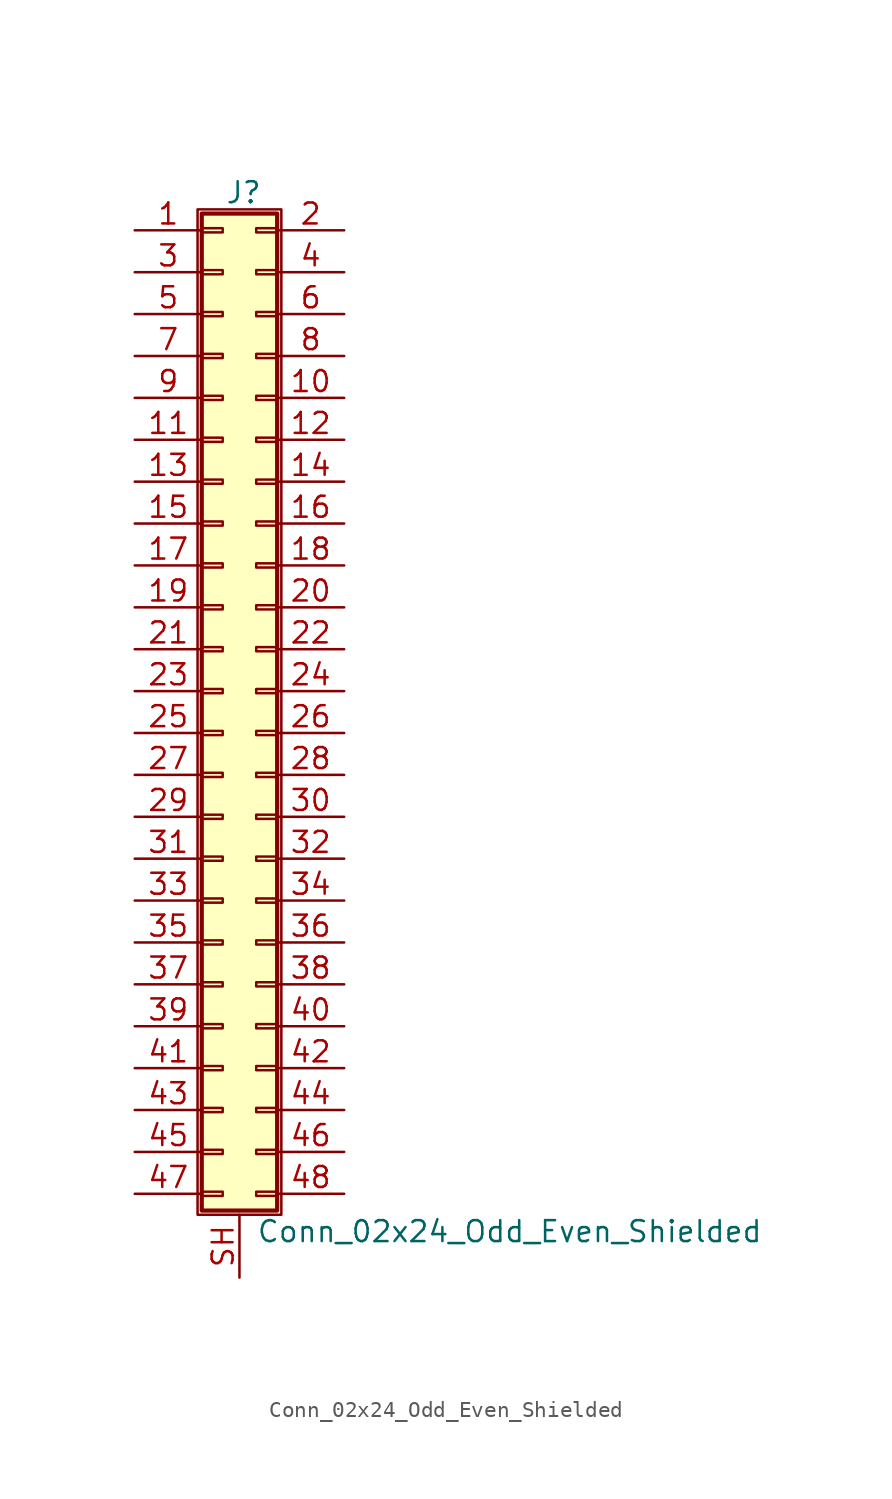
<source format=kicad_sym>
(kicad_symbol_lib
  (version 20201005)
  (generator kicad_symbol_editor)
  (symbol "Conn_02x24_Odd_Even_Shielded"
    (pin_names
      (offset 1.016) hide)
    (property "Reference" "J"
      (at 1.524 30.226 0)
      (effects (font (size 1.27 1.27))))
    (property "Value" "Conn_02x24_Odd_Even_Shielded"
      (at 2.286 -32.766 0)
      (effects (font (size 1.27 1.27)) (justify left)))
    (symbol "Conn_02x24_Odd_Even_Shielded_1_1"
      (rectangle (start -1.27 29.21) (end 3.81 -31.75) (stroke (width 0.152)) (fill (type none)))
      (rectangle (start -1.016 -30.353) (end 0.254 -30.607) (stroke (width 0.152)) (fill (type none)))
      (rectangle (start -1.016 -27.813) (end 0.254 -28.067) (stroke (width 0.152)) (fill (type none)))
      (rectangle (start -1.016 -25.273) (end 0.254 -25.527) (stroke (width 0.152)) (fill (type none)))
      (rectangle (start -1.016 -22.733) (end 0.254 -22.987) (stroke (width 0.152)) (fill (type none)))
      (rectangle (start -1.016 -20.193) (end 0.254 -20.447) (stroke (width 0.152)) (fill (type none)))
      (rectangle (start -1.016 -17.653) (end 0.254 -17.907) (stroke (width 0.152)) (fill (type none)))
      (rectangle (start -1.016 -15.113) (end 0.254 -15.367) (stroke (width 0.152)) (fill (type none)))
      (rectangle (start -1.016 -12.573) (end 0.254 -12.827) (stroke (width 0.152)) (fill (type none)))
      (rectangle (start -1.016 -10.033) (end 0.254 -10.287) (stroke (width 0.152)) (fill (type none)))
      (rectangle (start -1.016 -7.493) (end 0.254 -7.747) (stroke (width 0.152)) (fill (type none)))
      (rectangle (start -1.016 -4.953) (end 0.254 -5.207) (stroke (width 0.152)) (fill (type none)))
      (rectangle (start -1.016 -2.413) (end 0.254 -2.667) (stroke (width 0.152)) (fill (type none)))
      (rectangle (start -1.016 0.127) (end 0.254 -0.127) (stroke (width 0.152)) (fill (type none)))
      (rectangle (start -1.016 2.667) (end 0.254 2.413) (stroke (width 0.152)) (fill (type none)))
      (rectangle (start -1.016 5.207) (end 0.254 4.953) (stroke (width 0.152)) (fill (type none)))
      (rectangle (start -1.016 7.747) (end 0.254 7.493) (stroke (width 0.152)) (fill (type none)))
      (rectangle (start -1.016 10.287) (end 0.254 10.033) (stroke (width 0.152)) (fill (type none)))
      (rectangle (start -1.016 12.827) (end 0.254 12.573) (stroke (width 0.152)) (fill (type none)))
      (rectangle (start -1.016 15.367) (end 0.254 15.113) (stroke (width 0.152)) (fill (type none)))
      (rectangle (start -1.016 17.907) (end 0.254 17.653) (stroke (width 0.152)) (fill (type none)))
      (rectangle (start -1.016 20.447) (end 0.254 20.193) (stroke (width 0.152)) (fill (type none)))
      (rectangle (start -1.016 22.987) (end 0.254 22.733) (stroke (width 0.152)) (fill (type none)))
      (rectangle (start -1.016 25.527) (end 0.254 25.273) (stroke (width 0.152)) (fill (type none)))
      (rectangle (start -1.016 28.067) (end 0.254 27.813) (stroke (width 0.152)) (fill (type none)))
      (rectangle (start -1.016 28.956) (end 3.556 -31.496) (stroke (width 0.254)) (fill (type background)))
      (rectangle (start 3.556 -30.353) (end 2.286 -30.607) (stroke (width 0.152)) (fill (type none)))
      (rectangle (start 3.556 -27.813) (end 2.286 -28.067) (stroke (width 0.152)) (fill (type none)))
      (rectangle (start 3.556 -25.273) (end 2.286 -25.527) (stroke (width 0.152)) (fill (type none)))
      (rectangle (start 3.556 -22.733) (end 2.286 -22.987) (stroke (width 0.152)) (fill (type none)))
      (rectangle (start 3.556 -20.193) (end 2.286 -20.447) (stroke (width 0.152)) (fill (type none)))
      (rectangle (start 3.556 -17.653) (end 2.286 -17.907) (stroke (width 0.152)) (fill (type none)))
      (rectangle (start 3.556 -15.113) (end 2.286 -15.367) (stroke (width 0.152)) (fill (type none)))
      (rectangle (start 3.556 -12.573) (end 2.286 -12.827) (stroke (width 0.152)) (fill (type none)))
      (rectangle (start 3.556 -10.033) (end 2.286 -10.287) (stroke (width 0.152)) (fill (type none)))
      (rectangle (start 3.556 -7.493) (end 2.286 -7.747) (stroke (width 0.152)) (fill (type none)))
      (rectangle (start 3.556 -4.953) (end 2.286 -5.207) (stroke (width 0.152)) (fill (type none)))
      (rectangle (start 3.556 -2.413) (end 2.286 -2.667) (stroke (width 0.152)) (fill (type none)))
      (rectangle (start 3.556 0.127) (end 2.286 -0.127) (stroke (width 0.152)) (fill (type none)))
      (rectangle (start 3.556 2.667) (end 2.286 2.413) (stroke (width 0.152)) (fill (type none)))
      (rectangle (start 3.556 5.207) (end 2.286 4.953) (stroke (width 0.152)) (fill (type none)))
      (rectangle (start 3.556 7.747) (end 2.286 7.493) (stroke (width 0.152)) (fill (type none)))
      (rectangle (start 3.556 10.287) (end 2.286 10.033) (stroke (width 0.152)) (fill (type none)))
      (rectangle (start 3.556 12.827) (end 2.286 12.573) (stroke (width 0.152)) (fill (type none)))
      (rectangle (start 3.556 15.367) (end 2.286 15.113) (stroke (width 0.152)) (fill (type none)))
      (rectangle (start 3.556 17.907) (end 2.286 17.653) (stroke (width 0.152)) (fill (type none)))
      (rectangle (start 3.556 20.447) (end 2.286 20.193) (stroke (width 0.152)) (fill (type none)))
      (rectangle (start 3.556 22.987) (end 2.286 22.733) (stroke (width 0.152)) (fill (type none)))
      (rectangle (start 3.556 25.527) (end 2.286 25.273) (stroke (width 0.152)) (fill (type none)))
      (rectangle (start 3.556 28.067) (end 2.286 27.813) (stroke (width 0.152)) (fill (type none)))
      (pin passive line (at -5.08 27.94 0) (length 4.064) (name "Pin_1" (effects (font (size 1.27 1.27)))) (number "1" (effects (font (size 1.27 1.27)))))
      (pin passive line (at 7.62 17.78 180) (length 4.064) (name "Pin_10" (effects (font (size 1.27 1.27)))) (number "10" (effects (font (size 1.27 1.27)))))
      (pin passive line (at -5.08 15.24 0) (length 4.064) (name "Pin_11" (effects (font (size 1.27 1.27)))) (number "11" (effects (font (size 1.27 1.27)))))
      (pin passive line (at 7.62 15.24 180) (length 4.064) (name "Pin_12" (effects (font (size 1.27 1.27)))) (number "12" (effects (font (size 1.27 1.27)))))
      (pin passive line (at -5.08 12.7 0) (length 4.064) (name "Pin_13" (effects (font (size 1.27 1.27)))) (number "13" (effects (font (size 1.27 1.27)))))
      (pin passive line (at 7.62 12.7 180) (length 4.064) (name "Pin_14" (effects (font (size 1.27 1.27)))) (number "14" (effects (font (size 1.27 1.27)))))
      (pin passive line (at -5.08 10.16 0) (length 4.064) (name "Pin_15" (effects (font (size 1.27 1.27)))) (number "15" (effects (font (size 1.27 1.27)))))
      (pin passive line (at 7.62 10.16 180) (length 4.064) (name "Pin_16" (effects (font (size 1.27 1.27)))) (number "16" (effects (font (size 1.27 1.27)))))
      (pin passive line (at -5.08 7.62 0) (length 4.064) (name "Pin_17" (effects (font (size 1.27 1.27)))) (number "17" (effects (font (size 1.27 1.27)))))
      (pin passive line (at 7.62 7.62 180) (length 4.064) (name "Pin_18" (effects (font (size 1.27 1.27)))) (number "18" (effects (font (size 1.27 1.27)))))
      (pin passive line (at -5.08 5.08 0) (length 4.064) (name "Pin_19" (effects (font (size 1.27 1.27)))) (number "19" (effects (font (size 1.27 1.27)))))
      (pin passive line (at 7.62 27.94 180) (length 4.064) (name "Pin_2" (effects (font (size 1.27 1.27)))) (number "2" (effects (font (size 1.27 1.27)))))
      (pin passive line (at 7.62 5.08 180) (length 4.064) (name "Pin_20" (effects (font (size 1.27 1.27)))) (number "20" (effects (font (size 1.27 1.27)))))
      (pin passive line (at -5.08 2.54 0) (length 4.064) (name "Pin_21" (effects (font (size 1.27 1.27)))) (number "21" (effects (font (size 1.27 1.27)))))
      (pin passive line (at 7.62 2.54 180) (length 4.064) (name "Pin_22" (effects (font (size 1.27 1.27)))) (number "22" (effects (font (size 1.27 1.27)))))
      (pin passive line (at -5.08 0 0) (length 4.064) (name "Pin_23" (effects (font (size 1.27 1.27)))) (number "23" (effects (font (size 1.27 1.27)))))
      (pin passive line (at 7.62 0 180) (length 4.064) (name "Pin_24" (effects (font (size 1.27 1.27)))) (number "24" (effects (font (size 1.27 1.27)))))
      (pin passive line (at -5.08 -2.54 0) (length 4.064) (name "Pin_25" (effects (font (size 1.27 1.27)))) (number "25" (effects (font (size 1.27 1.27)))))
      (pin passive line (at 7.62 -2.54 180) (length 4.064) (name "Pin_26" (effects (font (size 1.27 1.27)))) (number "26" (effects (font (size 1.27 1.27)))))
      (pin passive line (at -5.08 -5.08 0) (length 4.064) (name "Pin_27" (effects (font (size 1.27 1.27)))) (number "27" (effects (font (size 1.27 1.27)))))
      (pin passive line (at 7.62 -5.08 180) (length 4.064) (name "Pin_28" (effects (font (size 1.27 1.27)))) (number "28" (effects (font (size 1.27 1.27)))))
      (pin passive line (at -5.08 -7.62 0) (length 4.064) (name "Pin_29" (effects (font (size 1.27 1.27)))) (number "29" (effects (font (size 1.27 1.27)))))
      (pin passive line (at -5.08 25.4 0) (length 4.064) (name "Pin_3" (effects (font (size 1.27 1.27)))) (number "3" (effects (font (size 1.27 1.27)))))
      (pin passive line (at 7.62 -7.62 180) (length 4.064) (name "Pin_30" (effects (font (size 1.27 1.27)))) (number "30" (effects (font (size 1.27 1.27)))))
      (pin passive line (at -5.08 -10.16 0) (length 4.064) (name "Pin_31" (effects (font (size 1.27 1.27)))) (number "31" (effects (font (size 1.27 1.27)))))
      (pin passive line (at 7.62 -10.16 180) (length 4.064) (name "Pin_32" (effects (font (size 1.27 1.27)))) (number "32" (effects (font (size 1.27 1.27)))))
      (pin passive line (at -5.08 -12.7 0) (length 4.064) (name "Pin_33" (effects (font (size 1.27 1.27)))) (number "33" (effects (font (size 1.27 1.27)))))
      (pin passive line (at 7.62 -12.7 180) (length 4.064) (name "Pin_34" (effects (font (size 1.27 1.27)))) (number "34" (effects (font (size 1.27 1.27)))))
      (pin passive line (at -5.08 -15.24 0) (length 4.064) (name "Pin_35" (effects (font (size 1.27 1.27)))) (number "35" (effects (font (size 1.27 1.27)))))
      (pin passive line (at 7.62 -15.24 180) (length 4.064) (name "Pin_36" (effects (font (size 1.27 1.27)))) (number "36" (effects (font (size 1.27 1.27)))))
      (pin passive line (at -5.08 -17.78 0) (length 4.064) (name "Pin_37" (effects (font (size 1.27 1.27)))) (number "37" (effects (font (size 1.27 1.27)))))
      (pin passive line (at 7.62 -17.78 180) (length 4.064) (name "Pin_38" (effects (font (size 1.27 1.27)))) (number "38" (effects (font (size 1.27 1.27)))))
      (pin passive line (at -5.08 -20.32 0) (length 4.064) (name "Pin_39" (effects (font (size 1.27 1.27)))) (number "39" (effects (font (size 1.27 1.27)))))
      (pin passive line (at 7.62 25.4 180) (length 4.064) (name "Pin_4" (effects (font (size 1.27 1.27)))) (number "4" (effects (font (size 1.27 1.27)))))
      (pin passive line (at 7.62 -20.32 180) (length 4.064) (name "Pin_40" (effects (font (size 1.27 1.27)))) (number "40" (effects (font (size 1.27 1.27)))))
      (pin passive line (at -5.08 -22.86 0) (length 4.064) (name "Pin_41" (effects (font (size 1.27 1.27)))) (number "41" (effects (font (size 1.27 1.27)))))
      (pin passive line (at 7.62 -22.86 180) (length 4.064) (name "Pin_42" (effects (font (size 1.27 1.27)))) (number "42" (effects (font (size 1.27 1.27)))))
      (pin passive line (at -5.08 -25.4 0) (length 4.064) (name "Pin_43" (effects (font (size 1.27 1.27)))) (number "43" (effects (font (size 1.27 1.27)))))
      (pin passive line (at 7.62 -25.4 180) (length 4.064) (name "Pin_44" (effects (font (size 1.27 1.27)))) (number "44" (effects (font (size 1.27 1.27)))))
      (pin passive line (at -5.08 -27.94 0) (length 4.064) (name "Pin_45" (effects (font (size 1.27 1.27)))) (number "45" (effects (font (size 1.27 1.27)))))
      (pin passive line (at 7.62 -27.94 180) (length 4.064) (name "Pin_46" (effects (font (size 1.27 1.27)))) (number "46" (effects (font (size 1.27 1.27)))))
      (pin passive line (at -5.08 -30.48 0) (length 4.064) (name "Pin_47" (effects (font (size 1.27 1.27)))) (number "47" (effects (font (size 1.27 1.27)))))
      (pin passive line (at 7.62 -30.48 180) (length 4.064) (name "Pin_48" (effects (font (size 1.27 1.27)))) (number "48" (effects (font (size 1.27 1.27)))))
      (pin passive line (at -5.08 22.86 0) (length 4.064) (name "Pin_5" (effects (font (size 1.27 1.27)))) (number "5" (effects (font (size 1.27 1.27)))))
      (pin passive line (at 7.62 22.86 180) (length 4.064) (name "Pin_6" (effects (font (size 1.27 1.27)))) (number "6" (effects (font (size 1.27 1.27)))))
      (pin passive line (at -5.08 20.32 0) (length 4.064) (name "Pin_7" (effects (font (size 1.27 1.27)))) (number "7" (effects (font (size 1.27 1.27)))))
      (pin passive line (at 7.62 20.32 180) (length 4.064) (name "Pin_8" (effects (font (size 1.27 1.27)))) (number "8" (effects (font (size 1.27 1.27)))))
      (pin passive line (at -5.08 17.78 0) (length 4.064) (name "Pin_9" (effects (font (size 1.27 1.27)))) (number "9" (effects (font (size 1.27 1.27)))))
      (pin passive line (at 1.27 -35.56 90) (length 3.81) (name "Shield" (effects (font (size 1.27 1.27)))) (number "SH" (effects (font (size 1.27 1.27))))))))
</source>
